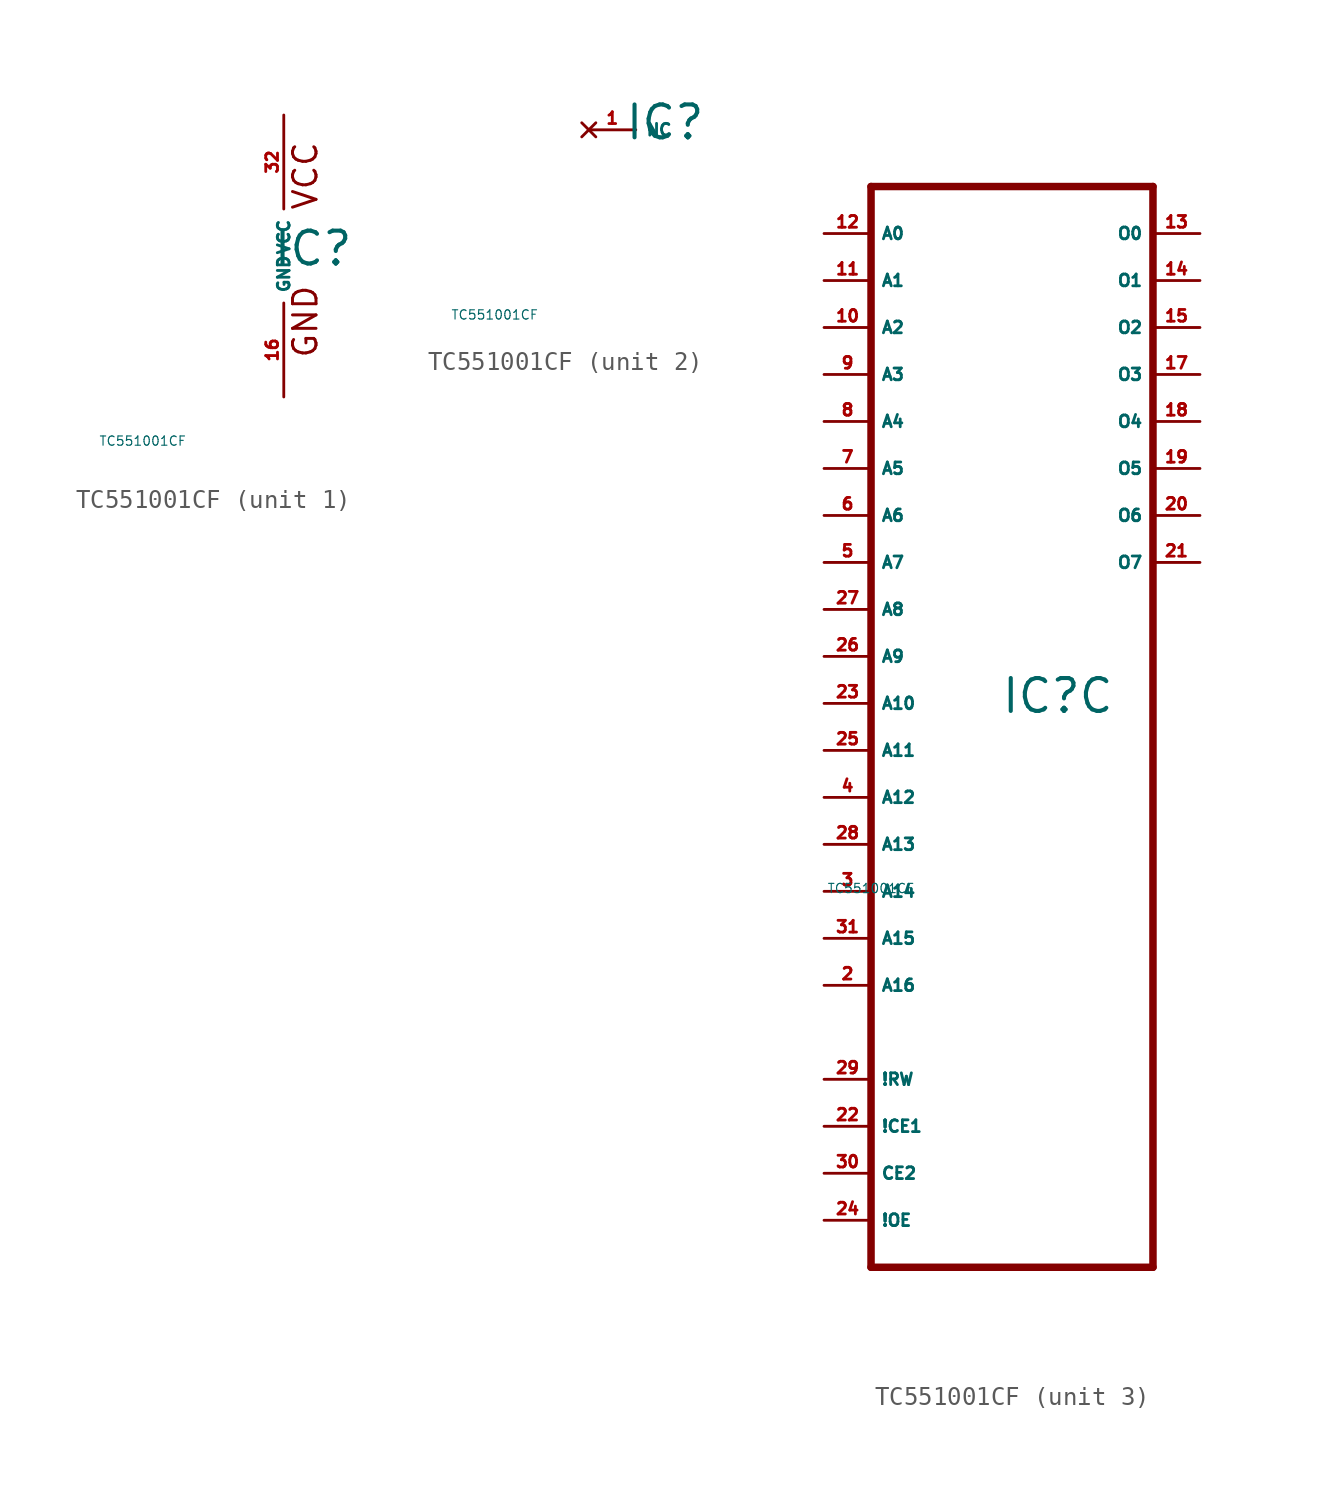
<source format=kicad_sym>
(kicad_symbol_lib
  (version 20220914)
  (generator Eagle2Kicad)
  (symbol "TC551001CF"
    (property "Reference" "IC"
      (at -0.635 -0.635 0)
      (effects (font (size 1.778 1.778) (thickness 0.22)) (justify left bottom)))
    (property "Value" "TC551001CF"
      (at -10 -10 0)
      (effects (font (size 0.5 0.5) (thickness 0.06)) (justify left)))
    (symbol "TC551001CF_1_0"
      (text "GND" (at 1.905 -5.588 900) (effects (font (size 1.27 1.27) (thickness 0.16)) (justify left bottom)))
      (text "VCC" (at 1.905 2.413 900) (effects (font (size 1.27 1.27) (thickness 0.16)) (justify left bottom)))
      (pin unspecified line (at 0 -7.62 90) (length 5.08) (name "GND" (effects (font (size 0.635 0.635) (thickness 0.08)) (justify left bottom))) (number "16" (effects (font (size 0.635 0.635) (thickness 0.08)) (justify left bottom))))
      (pin unspecified line (at 0 7.62 270) (length 5.08) (name "VCC" (effects (font (size 0.635 0.635) (thickness 0.08)) (justify left bottom))) (number "32" (effects (font (size 0.635 0.635) (thickness 0.08)) (justify left bottom)))))
    (symbol "TC551001CF_2_0"
      (pin no_connect line (at -2.54 0 0) (length 2.54) (name "NC" (effects (font (size 0.635 0.635) (thickness 0.08)) (justify left bottom) hide)) (number "1" (effects (font (size 0.635 0.635) (thickness 0.08)) (justify left bottom) hide))))
    (symbol "TC551001CF_3_0"
      (polyline (pts (xy -7.62 -30.48) (xy 7.62 -30.48)) (stroke (width 0.406) (type default)) (fill (type none)))
      (polyline (pts (xy 7.62 -30.48) (xy 7.62 27.94)) (stroke (width 0.406) (type default)) (fill (type none)))
      (polyline (pts (xy 7.62 27.94) (xy -7.62 27.94)) (stroke (width 0.406) (type default)) (fill (type none)))
      (polyline (pts (xy -7.62 27.94) (xy -7.62 -30.48)) (stroke (width 0.406) (type default)) (fill (type none)))
      (pin input line (at -10.16 -5.08 0) (length 2.54) (name "A12" (effects (font (size 0.635 0.635) (thickness 0.08)) (justify left bottom))) (number "4" (effects (font (size 0.635 0.635) (thickness 0.08)) (justify left bottom))))
      (pin input line (at -10.16 7.62 0) (length 2.54) (name "A7" (effects (font (size 0.635 0.635) (thickness 0.08)) (justify left bottom))) (number "5" (effects (font (size 0.635 0.635) (thickness 0.08)) (justify left bottom))))
      (pin input line (at -10.16 10.16 0) (length 2.54) (name "A6" (effects (font (size 0.635 0.635) (thickness 0.08)) (justify left bottom))) (number "6" (effects (font (size 0.635 0.635) (thickness 0.08)) (justify left bottom))))
      (pin input line (at -10.16 12.7 0) (length 2.54) (name "A5" (effects (font (size 0.635 0.635) (thickness 0.08)) (justify left bottom))) (number "7" (effects (font (size 0.635 0.635) (thickness 0.08)) (justify left bottom))))
      (pin input line (at -10.16 15.24 0) (length 2.54) (name "A4" (effects (font (size 0.635 0.635) (thickness 0.08)) (justify left bottom))) (number "8" (effects (font (size 0.635 0.635) (thickness 0.08)) (justify left bottom))))
      (pin input line (at -10.16 17.78 0) (length 2.54) (name "A3" (effects (font (size 0.635 0.635) (thickness 0.08)) (justify left bottom))) (number "9" (effects (font (size 0.635 0.635) (thickness 0.08)) (justify left bottom))))
      (pin input line (at -10.16 20.32 0) (length 2.54) (name "A2" (effects (font (size 0.635 0.635) (thickness 0.08)) (justify left bottom))) (number "10" (effects (font (size 0.635 0.635) (thickness 0.08)) (justify left bottom))))
      (pin input line (at -10.16 22.86 0) (length 2.54) (name "A1" (effects (font (size 0.635 0.635) (thickness 0.08)) (justify left bottom))) (number "11" (effects (font (size 0.635 0.635) (thickness 0.08)) (justify left bottom))))
      (pin input line (at -10.16 25.4 0) (length 2.54) (name "A0" (effects (font (size 0.635 0.635) (thickness 0.08)) (justify left bottom))) (number "12" (effects (font (size 0.635 0.635) (thickness 0.08)) (justify left bottom))))
      (pin tri_state line (at 10.16 25.4 180) (length 2.54) (name "O0" (effects (font (size 0.635 0.635) (thickness 0.08)) (justify left bottom))) (number "13" (effects (font (size 0.635 0.635) (thickness 0.08)) (justify left bottom))))
      (pin tri_state line (at 10.16 22.86 180) (length 2.54) (name "O1" (effects (font (size 0.635 0.635) (thickness 0.08)) (justify left bottom))) (number "14" (effects (font (size 0.635 0.635) (thickness 0.08)) (justify left bottom))))
      (pin tri_state line (at 10.16 20.32 180) (length 2.54) (name "O2" (effects (font (size 0.635 0.635) (thickness 0.08)) (justify left bottom))) (number "15" (effects (font (size 0.635 0.635) (thickness 0.08)) (justify left bottom))))
      (pin tri_state line (at 10.16 17.78 180) (length 2.54) (name "O3" (effects (font (size 0.635 0.635) (thickness 0.08)) (justify left bottom))) (number "17" (effects (font (size 0.635 0.635) (thickness 0.08)) (justify left bottom))))
      (pin tri_state line (at 10.16 15.24 180) (length 2.54) (name "O4" (effects (font (size 0.635 0.635) (thickness 0.08)) (justify left bottom))) (number "18" (effects (font (size 0.635 0.635) (thickness 0.08)) (justify left bottom))))
      (pin tri_state line (at 10.16 12.7 180) (length 2.54) (name "O5" (effects (font (size 0.635 0.635) (thickness 0.08)) (justify left bottom))) (number "19" (effects (font (size 0.635 0.635) (thickness 0.08)) (justify left bottom))))
      (pin tri_state line (at 10.16 10.16 180) (length 2.54) (name "O6" (effects (font (size 0.635 0.635) (thickness 0.08)) (justify left bottom))) (number "20" (effects (font (size 0.635 0.635) (thickness 0.08)) (justify left bottom))))
      (pin tri_state line (at 10.16 7.62 180) (length 2.54) (name "O7" (effects (font (size 0.635 0.635) (thickness 0.08)) (justify left bottom))) (number "21" (effects (font (size 0.635 0.635) (thickness 0.08)) (justify left bottom))))
      (pin input line (at -10.16 -25.4 0) (length 2.54) (name "CE2" (effects (font (size 0.635 0.635) (thickness 0.08)) (justify left bottom))) (number "30" (effects (font (size 0.635 0.635) (thickness 0.08)) (justify left bottom))))
      (pin input line (at -10.16 0 0) (length 2.54) (name "A10" (effects (font (size 0.635 0.635) (thickness 0.08)) (justify left bottom))) (number "23" (effects (font (size 0.635 0.635) (thickness 0.08)) (justify left bottom))))
      (pin input line (at -10.16 -27.94 0) (length 2.54) (name "!OE" (effects (font (size 0.635 0.635) (thickness 0.08)) (justify left bottom))) (number "24" (effects (font (size 0.635 0.635) (thickness 0.08)) (justify left bottom))))
      (pin input line (at -10.16 -2.54 0) (length 2.54) (name "A11" (effects (font (size 0.635 0.635) (thickness 0.08)) (justify left bottom))) (number "25" (effects (font (size 0.635 0.635) (thickness 0.08)) (justify left bottom))))
      (pin input line (at -10.16 2.54 0) (length 2.54) (name "A9" (effects (font (size 0.635 0.635) (thickness 0.08)) (justify left bottom))) (number "26" (effects (font (size 0.635 0.635) (thickness 0.08)) (justify left bottom))))
      (pin input line (at -10.16 5.08 0) (length 2.54) (name "A8" (effects (font (size 0.635 0.635) (thickness 0.08)) (justify left bottom))) (number "27" (effects (font (size 0.635 0.635) (thickness 0.08)) (justify left bottom))))
      (pin input line (at -10.16 -7.62 0) (length 2.54) (name "A13" (effects (font (size 0.635 0.635) (thickness 0.08)) (justify left bottom))) (number "28" (effects (font (size 0.635 0.635) (thickness 0.08)) (justify left bottom))))
      (pin input line (at -10.16 -10.16 0) (length 2.54) (name "A14" (effects (font (size 0.635 0.635) (thickness 0.08)) (justify left bottom))) (number "3" (effects (font (size 0.635 0.635) (thickness 0.08)) (justify left bottom))))
      (pin input line (at -10.16 -22.86 0) (length 2.54) (name "!CE1" (effects (font (size 0.635 0.635) (thickness 0.08)) (justify left bottom))) (number "22" (effects (font (size 0.635 0.635) (thickness 0.08)) (justify left bottom))))
      (pin input line (at -10.16 -20.32 0) (length 2.54) (name "!RW" (effects (font (size 0.635 0.635) (thickness 0.08)) (justify left bottom))) (number "29" (effects (font (size 0.635 0.635) (thickness 0.08)) (justify left bottom))))
      (pin input line (at -10.16 -12.7 0) (length 2.54) (name "A15" (effects (font (size 0.635 0.635) (thickness 0.08)) (justify left bottom))) (number "31" (effects (font (size 0.635 0.635) (thickness 0.08)) (justify left bottom))))
      (pin input line (at -10.16 -15.24 0) (length 2.54) (name "A16" (effects (font (size 0.635 0.635) (thickness 0.08)) (justify left bottom))) (number "2" (effects (font (size 0.635 0.635) (thickness 0.08)) (justify left bottom)))))))
</source>
